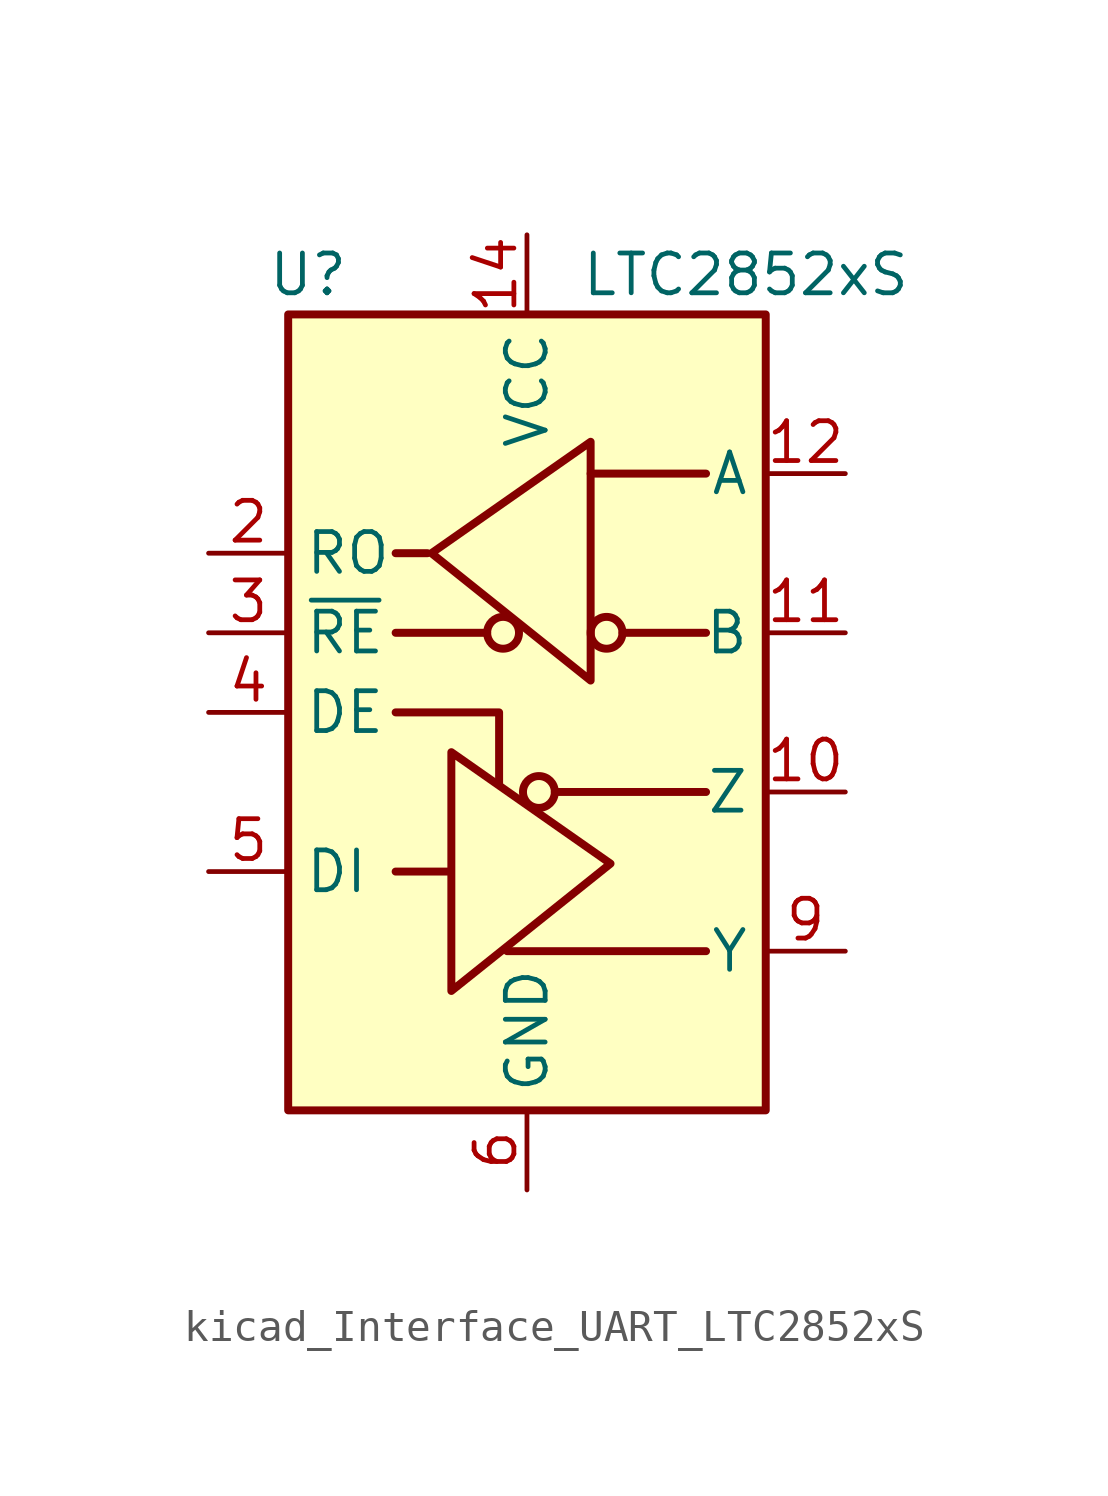
<source format=kicad_sym>
(kicad_symbol_lib
  (version 20220914)
  (generator kicad_symbol_editor)
  (symbol "kicad_Interface_UART_LTC2852xS"
    (property "Reference" "U"
      (at -6.985 13.97 0)
      (effects (font (size 1.27 1.27))))
    (property "Value" "LTC2852xS"
      (at 6.985 13.97 0)
      (effects (font (size 1.27 1.27))))
    (symbol "kicad_Interface_UART_LTC2852xS_0_1"
      (rectangle (start -7.62 12.7) (end 7.62 -12.7) (stroke (width 0.254) (type default)) (fill (type background))))
    (symbol "kicad_Interface_UART_LTC2852xS_1_1"
      (circle (center -0.762 2.54) (radius 0.508) (stroke (width 0.254) (type default)) (fill (type none)))
      (polyline (pts (xy -4.191 2.54) (xy -1.27 2.54)) (stroke (width 0.254) (type default)) (fill (type none)))
      (polyline (pts (xy -2.54 -5.08) (xy -4.191 -5.08)) (stroke (width 0.254) (type default)) (fill (type none)))
      (polyline (pts (xy -0.635 -7.62) (xy 5.715 -7.62)) (stroke (width 0.254) (type default)) (fill (type none)))
      (polyline (pts (xy 0.889 -2.54) (xy 5.715 -2.54)) (stroke (width 0.254) (type default)) (fill (type none)))
      (polyline (pts (xy 2.032 7.62) (xy 5.715 7.62)) (stroke (width 0.254) (type default)) (fill (type none)))
      (polyline (pts (xy 3.048 2.54) (xy 5.715 2.54)) (stroke (width 0.254) (type default)) (fill (type none)))
      (polyline (pts (xy -4.191 0) (xy -0.889 0) (xy -0.889 -2.286)) (stroke (width 0.254) (type default)) (fill (type none)))
      (polyline (pts (xy -3.175 5.08) (xy -4.191 5.08) (xy -4.064 5.08)) (stroke (width 0.254) (type default)) (fill (type none)))
      (polyline (pts (xy -2.413 -5.08) (xy -2.413 -1.27) (xy 2.667 -4.826) (xy -2.413 -8.89) (xy -2.413 -5.08)) (stroke (width 0.254) (type default)) (fill (type none)))
      (polyline (pts (xy 2.032 4.826) (xy 2.032 8.636) (xy -3.048 5.08) (xy 2.032 1.016) (xy 2.032 4.826)) (stroke (width 0.254) (type default)) (fill (type none)))
      (circle (center 0.381 -2.54) (radius 0.508) (stroke (width 0.254) (type default)) (fill (type none)))
      (circle (center 2.54 2.54) (radius 0.508) (stroke (width 0.254) (type default)) (fill (type none)))
      (pin no_connect line (at -7.62 -10.16 0) (length 2.54) hide (name "NC" (effects (font (size 1.27 1.27)))) (number "1" (effects (font (size 1.27 1.27)))))
      (pin output line (at 10.16 -2.54 180) (length 2.54) (name "Z" (effects (font (size 1.27 1.27)))) (number "10" (effects (font (size 1.27 1.27)))))
      (pin input line (at 10.16 2.54 180) (length 2.54) (name "B" (effects (font (size 1.27 1.27)))) (number "11" (effects (font (size 1.27 1.27)))))
      (pin input line (at 10.16 7.62 180) (length 2.54) (name "A" (effects (font (size 1.27 1.27)))) (number "12" (effects (font (size 1.27 1.27)))))
      (pin no_connect line (at -7.62 7.62 0) (length 2.54) hide (name "NC" (effects (font (size 1.27 1.27)))) (number "13" (effects (font (size 1.27 1.27)))))
      (pin power_in line (at 0 15.24 270) (length 2.54) (name "VCC" (effects (font (size 1.27 1.27)))) (number "14" (effects (font (size 1.27 1.27)))))
      (pin output line (at -10.16 5.08 0) (length 2.54) (name "RO" (effects (font (size 1.27 1.27)))) (number "2" (effects (font (size 1.27 1.27)))))
      (pin input line (at -10.16 2.54 0) (length 2.54) (name "~{RE}" (effects (font (size 1.27 1.27)))) (number "3" (effects (font (size 1.27 1.27)))))
      (pin input line (at -10.16 0 0) (length 2.54) (name "DE" (effects (font (size 1.27 1.27)))) (number "4" (effects (font (size 1.27 1.27)))))
      (pin input line (at -10.16 -5.08 0) (length 2.54) (name "DI" (effects (font (size 1.27 1.27)))) (number "5" (effects (font (size 1.27 1.27)))))
      (pin power_in line (at 0 -15.24 90) (length 2.54) (name "GND" (effects (font (size 1.27 1.27)))) (number "6" (effects (font (size 1.27 1.27)))))
      (pin passive line (at 0 -15.24 90) (length 2.54) hide (name "GND" (effects (font (size 1.27 1.27)))) (number "7" (effects (font (size 1.27 1.27)))))
      (pin no_connect line (at -7.62 -7.62 0) (length 2.54) hide (name "NC" (effects (font (size 1.27 1.27)))) (number "8" (effects (font (size 1.27 1.27)))))
      (pin output line (at 10.16 -7.62 180) (length 2.54) (name "Y" (effects (font (size 1.27 1.27)))) (number "9" (effects (font (size 1.27 1.27))))))))
</source>
